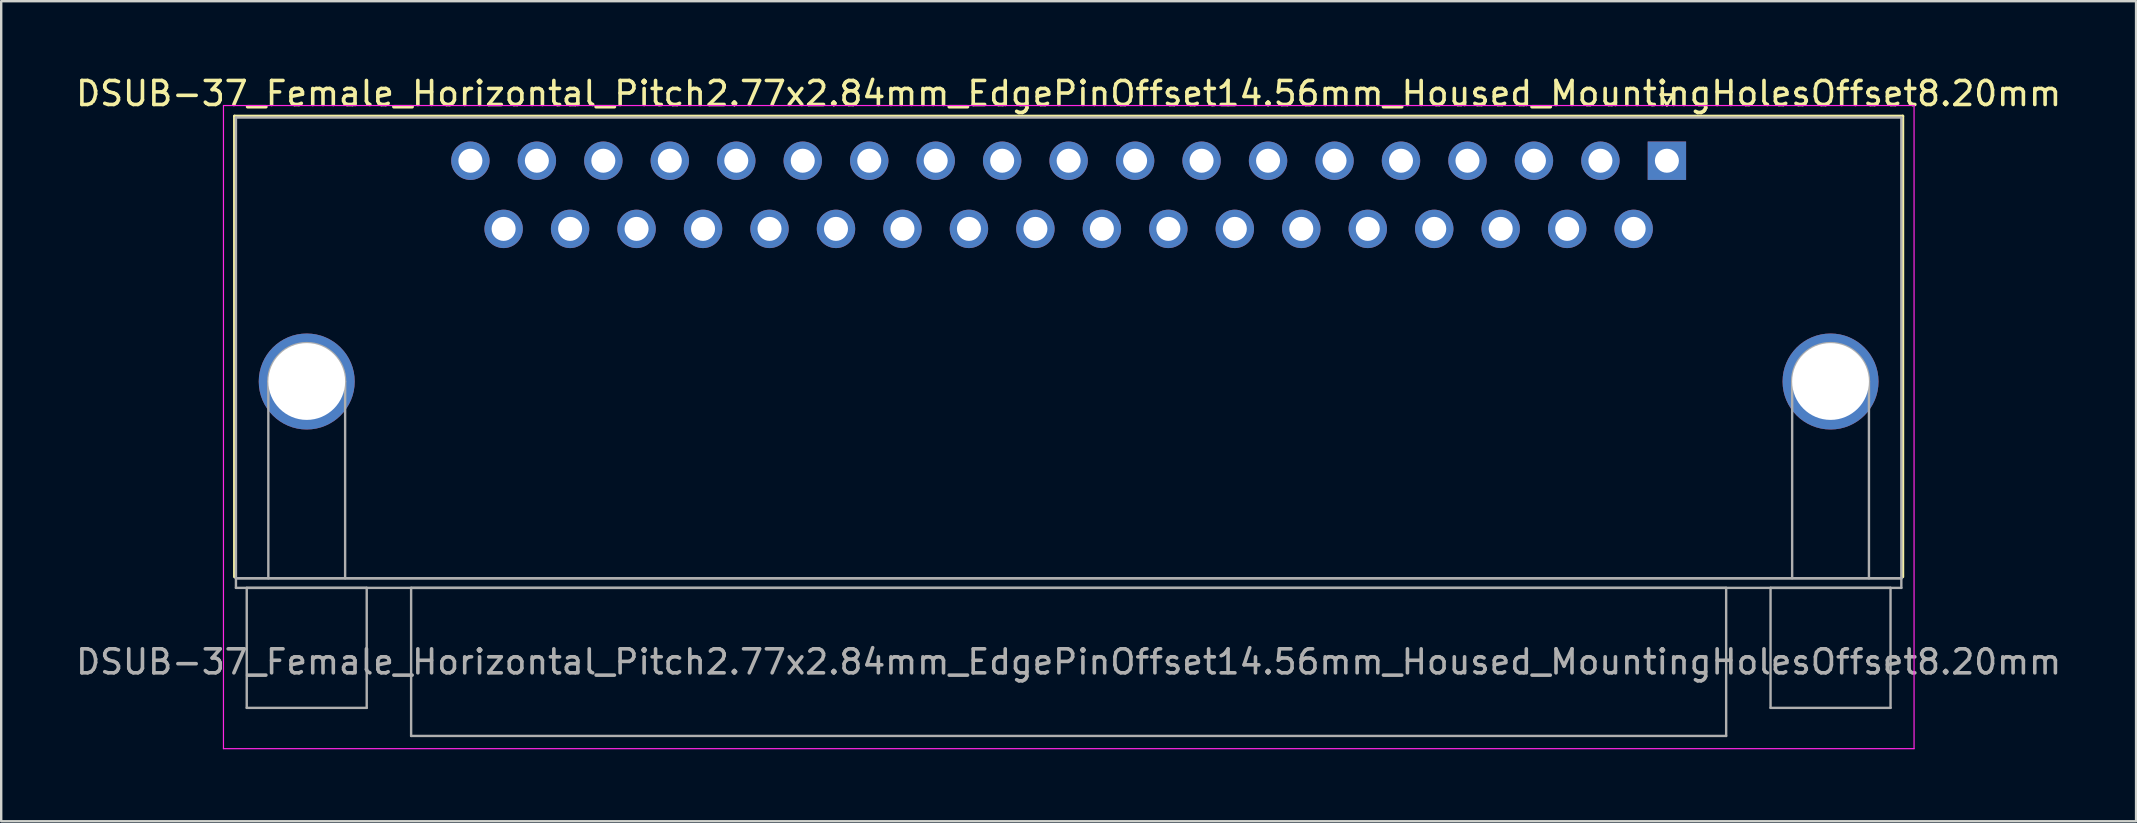
<source format=kicad_pcb>
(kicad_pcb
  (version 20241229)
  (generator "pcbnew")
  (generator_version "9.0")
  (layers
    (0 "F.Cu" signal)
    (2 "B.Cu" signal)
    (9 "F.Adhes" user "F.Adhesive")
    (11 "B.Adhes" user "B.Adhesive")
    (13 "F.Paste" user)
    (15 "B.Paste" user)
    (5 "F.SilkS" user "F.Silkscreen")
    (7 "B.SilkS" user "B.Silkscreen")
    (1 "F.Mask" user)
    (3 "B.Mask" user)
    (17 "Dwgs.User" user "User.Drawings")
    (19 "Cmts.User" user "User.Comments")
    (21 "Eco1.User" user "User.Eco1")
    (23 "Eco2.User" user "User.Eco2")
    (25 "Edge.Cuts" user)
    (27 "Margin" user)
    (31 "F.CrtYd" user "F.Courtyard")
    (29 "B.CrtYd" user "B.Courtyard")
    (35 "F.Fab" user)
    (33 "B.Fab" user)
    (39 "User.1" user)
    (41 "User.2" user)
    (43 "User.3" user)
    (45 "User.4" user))
  (footprint "DSUB-37_Female_Horizontal_Pitch2.77x2.84mm_EdgePinOffset14.56mm_Housed_MountingHolesOffset8.20mm"
    (layer "F.Cu")
    (at 66.412 3.648)
    (property "Reference" "DSUB-37_Female_Horizontal_Pitch2.77x2.84mm_EdgePinOffset14.56mm_Housed_MountingHolesOffset8.20mm" (at -24.93 -2.8 0) (layer "F.SilkS") (effects (font (size 1 1) (thickness 0.15))))
    (attr through_hole)
    (fp_line (start -59.69 -1.86) (end 9.83 -1.86) (stroke (width 0.12) (type solid)) (layer "F.SilkS"))
    (fp_line (start -59.69 17.34) (end -59.69 -1.86) (stroke (width 0.12) (type solid)) (layer "F.SilkS"))
    (fp_line (start -0.25 -2.754) (end 0.25 -2.754) (stroke (width 0.12) (type solid)) (layer "F.SilkS"))
    (fp_line (start 0 -2.321) (end -0.25 -2.754) (stroke (width 0.12) (type solid)) (layer "F.SilkS"))
    (fp_line (start 0.25 -2.754) (end 0 -2.321) (stroke (width 0.12) (type solid)) (layer "F.SilkS"))
    (fp_line (start 9.83 -1.86) (end 9.83 17.34) (stroke (width 0.12) (type solid)) (layer "F.SilkS"))
    (fp_line (start -60.15 -2.3) (end -60.15 24.5) (stroke (width 0.05) (type solid)) (layer "F.CrtYd"))
    (fp_line (start -60.15 24.5) (end 10.3 24.5) (stroke (width 0.05) (type solid)) (layer "F.CrtYd"))
    (fp_line (start 10.3 -2.3) (end -60.15 -2.3) (stroke (width 0.05) (type solid)) (layer "F.CrtYd"))
    (fp_line (start 10.3 24.5) (end 10.3 -2.3) (stroke (width 0.05) (type solid)) (layer "F.CrtYd"))
    (fp_line (start -59.63 -1.8) (end -59.63 17.4) (stroke (width 0.1) (type solid)) (layer "F.Fab"))
    (fp_line (start -59.63 17.4) (end -59.63 17.8) (stroke (width 0.1) (type solid)) (layer "F.Fab"))
    (fp_line (start -59.63 17.4) (end 9.77 17.4) (stroke (width 0.1) (type solid)) (layer "F.Fab"))
    (fp_line (start -59.63 17.8) (end 9.77 17.8) (stroke (width 0.1) (type solid)) (layer "F.Fab"))
    (fp_line (start -59.18 17.8) (end -59.18 22.8) (stroke (width 0.1) (type solid)) (layer "F.Fab"))
    (fp_line (start -59.18 22.8) (end -54.18 22.8) (stroke (width 0.1) (type solid)) (layer "F.Fab"))
    (fp_line (start -58.28 17.4) (end -58.28 9.2) (stroke (width 0.1) (type solid)) (layer "F.Fab"))
    (fp_line (start -55.08 17.4) (end -55.08 9.2) (stroke (width 0.1) (type solid)) (layer "F.Fab"))
    (fp_line (start -54.18 17.8) (end -59.18 17.8) (stroke (width 0.1) (type solid)) (layer "F.Fab"))
    (fp_line (start -54.18 22.8) (end -54.18 17.8) (stroke (width 0.1) (type solid)) (layer "F.Fab"))
    (fp_line (start -52.33 17.8) (end -52.33 23.97) (stroke (width 0.1) (type solid)) (layer "F.Fab"))
    (fp_line (start -52.33 23.97) (end 2.47 23.97) (stroke (width 0.1) (type solid)) (layer "F.Fab"))
    (fp_line (start 2.47 17.8) (end -52.33 17.8) (stroke (width 0.1) (type solid)) (layer "F.Fab"))
    (fp_line (start 2.47 23.97) (end 2.47 17.8) (stroke (width 0.1) (type solid)) (layer "F.Fab"))
    (fp_line (start 4.32 17.8) (end 4.32 22.8) (stroke (width 0.1) (type solid)) (layer "F.Fab"))
    (fp_line (start 4.32 22.8) (end 9.32 22.8) (stroke (width 0.1) (type solid)) (layer "F.Fab"))
    (fp_line (start 5.22 17.4) (end 5.22 9.2) (stroke (width 0.1) (type solid)) (layer "F.Fab"))
    (fp_line (start 8.42 17.4) (end 8.42 9.2) (stroke (width 0.1) (type solid)) (layer "F.Fab"))
    (fp_line (start 9.32 17.8) (end 4.32 17.8) (stroke (width 0.1) (type solid)) (layer "F.Fab"))
    (fp_line (start 9.32 22.8) (end 9.32 17.8) (stroke (width 0.1) (type solid)) (layer "F.Fab"))
    (fp_line (start 9.77 -1.8) (end -59.63 -1.8) (stroke (width 0.1) (type solid)) (layer "F.Fab"))
    (fp_line (start 9.77 17.4) (end -59.63 17.4) (stroke (width 0.1) (type solid)) (layer "F.Fab"))
    (fp_line (start 9.77 17.4) (end 9.77 -1.8) (stroke (width 0.1) (type solid)) (layer "F.Fab"))
    (fp_line (start 9.77 17.8) (end 9.77 17.4) (stroke (width 0.1) (type solid)) (layer "F.Fab"))
    (fp_arc (start -58.28 9.2) (mid -56.68 7.6) (end -55.08 9.2) (stroke (width 0.1) (type solid)) (layer "F.Fab"))
    (fp_arc (start 5.22 9.2) (mid 6.82 7.6) (end 8.42 9.2) (stroke (width 0.1) (type solid)) (layer "F.Fab"))
    (fp_text user "${REFERENCE}" (at -24.93 20.885 0) (layer "F.Fab") (effects (font (size 1 1) (thickness 0.15))))
    (pad "0" thru_hole circle (at -56.68 9.2) (size 4 4) (drill 3.2) (layers "*.Cu" "*.Mask"))
    (pad "0" thru_hole circle (at 6.82 9.2) (size 4 4) (drill 3.2) (layers "*.Cu" "*.Mask"))
    (pad "1" thru_hole rect (at 0 0) (size 1.6 1.6) (drill 1) (layers "*.Cu" "*.Mask"))
    (pad "2" thru_hole circle (at -2.77 0) (size 1.6 1.6) (drill 1) (layers "*.Cu" "*.Mask"))
    (pad "3" thru_hole circle (at -5.54 0) (size 1.6 1.6) (drill 1) (layers "*.Cu" "*.Mask"))
    (pad "4" thru_hole circle (at -8.31 0) (size 1.6 1.6) (drill 1) (layers "*.Cu" "*.Mask"))
    (pad "5" thru_hole circle (at -11.08 0) (size 1.6 1.6) (drill 1) (layers "*.Cu" "*.Mask"))
    (pad "6" thru_hole circle (at -13.85 0) (size 1.6 1.6) (drill 1) (layers "*.Cu" "*.Mask"))
    (pad "7" thru_hole circle (at -16.62 0) (size 1.6 1.6) (drill 1) (layers "*.Cu" "*.Mask"))
    (pad "8" thru_hole circle (at -19.39 0) (size 1.6 1.6) (drill 1) (layers "*.Cu" "*.Mask"))
    (pad "9" thru_hole circle (at -22.16 0) (size 1.6 1.6) (drill 1) (layers "*.Cu" "*.Mask"))
    (pad "10" thru_hole circle (at -24.93 0) (size 1.6 1.6) (drill 1) (layers "*.Cu" "*.Mask"))
    (pad "11" thru_hole circle (at -27.7 0) (size 1.6 1.6) (drill 1) (layers "*.Cu" "*.Mask"))
    (pad "12" thru_hole circle (at -30.47 0) (size 1.6 1.6) (drill 1) (layers "*.Cu" "*.Mask"))
    (pad "13" thru_hole circle (at -33.24 0) (size 1.6 1.6) (drill 1) (layers "*.Cu" "*.Mask"))
    (pad "14" thru_hole circle (at -36.01 0) (size 1.6 1.6) (drill 1) (layers "*.Cu" "*.Mask"))
    (pad "15" thru_hole circle (at -38.78 0) (size 1.6 1.6) (drill 1) (layers "*.Cu" "*.Mask"))
    (pad "16" thru_hole circle (at -41.55 0) (size 1.6 1.6) (drill 1) (layers "*.Cu" "*.Mask"))
    (pad "17" thru_hole circle (at -44.32 0) (size 1.6 1.6) (drill 1) (layers "*.Cu" "*.Mask"))
    (pad "18" thru_hole circle (at -47.09 0) (size 1.6 1.6) (drill 1) (layers "*.Cu" "*.Mask"))
    (pad "19" thru_hole circle (at -49.86 0) (size 1.6 1.6) (drill 1) (layers "*.Cu" "*.Mask"))
    (pad "20" thru_hole circle (at -1.385 2.84) (size 1.6 1.6) (drill 1) (layers "*.Cu" "*.Mask"))
    (pad "21" thru_hole circle (at -4.155 2.84) (size 1.6 1.6) (drill 1) (layers "*.Cu" "*.Mask"))
    (pad "22" thru_hole circle (at -6.925 2.84) (size 1.6 1.6) (drill 1) (layers "*.Cu" "*.Mask"))
    (pad "23" thru_hole circle (at -9.695 2.84) (size 1.6 1.6) (drill 1) (layers "*.Cu" "*.Mask"))
    (pad "24" thru_hole circle (at -12.465 2.84) (size 1.6 1.6) (drill 1) (layers "*.Cu" "*.Mask"))
    (pad "25" thru_hole circle (at -15.235 2.84) (size 1.6 1.6) (drill 1) (layers "*.Cu" "*.Mask"))
    (pad "26" thru_hole circle (at -18.005 2.84) (size 1.6 1.6) (drill 1) (layers "*.Cu" "*.Mask"))
    (pad "27" thru_hole circle (at -20.775 2.84) (size 1.6 1.6) (drill 1) (layers "*.Cu" "*.Mask"))
    (pad "28" thru_hole circle (at -23.545 2.84) (size 1.6 1.6) (drill 1) (layers "*.Cu" "*.Mask"))
    (pad "29" thru_hole circle (at -26.315 2.84) (size 1.6 1.6) (drill 1) (layers "*.Cu" "*.Mask"))
    (pad "30" thru_hole circle (at -29.085 2.84) (size 1.6 1.6) (drill 1) (layers "*.Cu" "*.Mask"))
    (pad "31" thru_hole circle (at -31.855 2.84) (size 1.6 1.6) (drill 1) (layers "*.Cu" "*.Mask"))
    (pad "32" thru_hole circle (at -34.625 2.84) (size 1.6 1.6) (drill 1) (layers "*.Cu" "*.Mask"))
    (pad "33" thru_hole circle (at -37.395 2.84) (size 1.6 1.6) (drill 1) (layers "*.Cu" "*.Mask"))
    (pad "34" thru_hole circle (at -40.165 2.84) (size 1.6 1.6) (drill 1) (layers "*.Cu" "*.Mask"))
    (pad "35" thru_hole circle (at -42.935 2.84) (size 1.6 1.6) (drill 1) (layers "*.Cu" "*.Mask"))
    (pad "36" thru_hole circle (at -45.705 2.84) (size 1.6 1.6) (drill 1) (layers "*.Cu" "*.Mask"))
    (pad "37" thru_hole circle (at -48.475 2.84) (size 1.6 1.6) (drill 1) (layers "*.Cu" "*.Mask")))
  (gr_rect
    (start -3 -3)
    (end 85.964 31.173)
    (stroke (width 0.1) (type default))
    (fill no)
    (layer "Edge.Cuts")))
</source>
